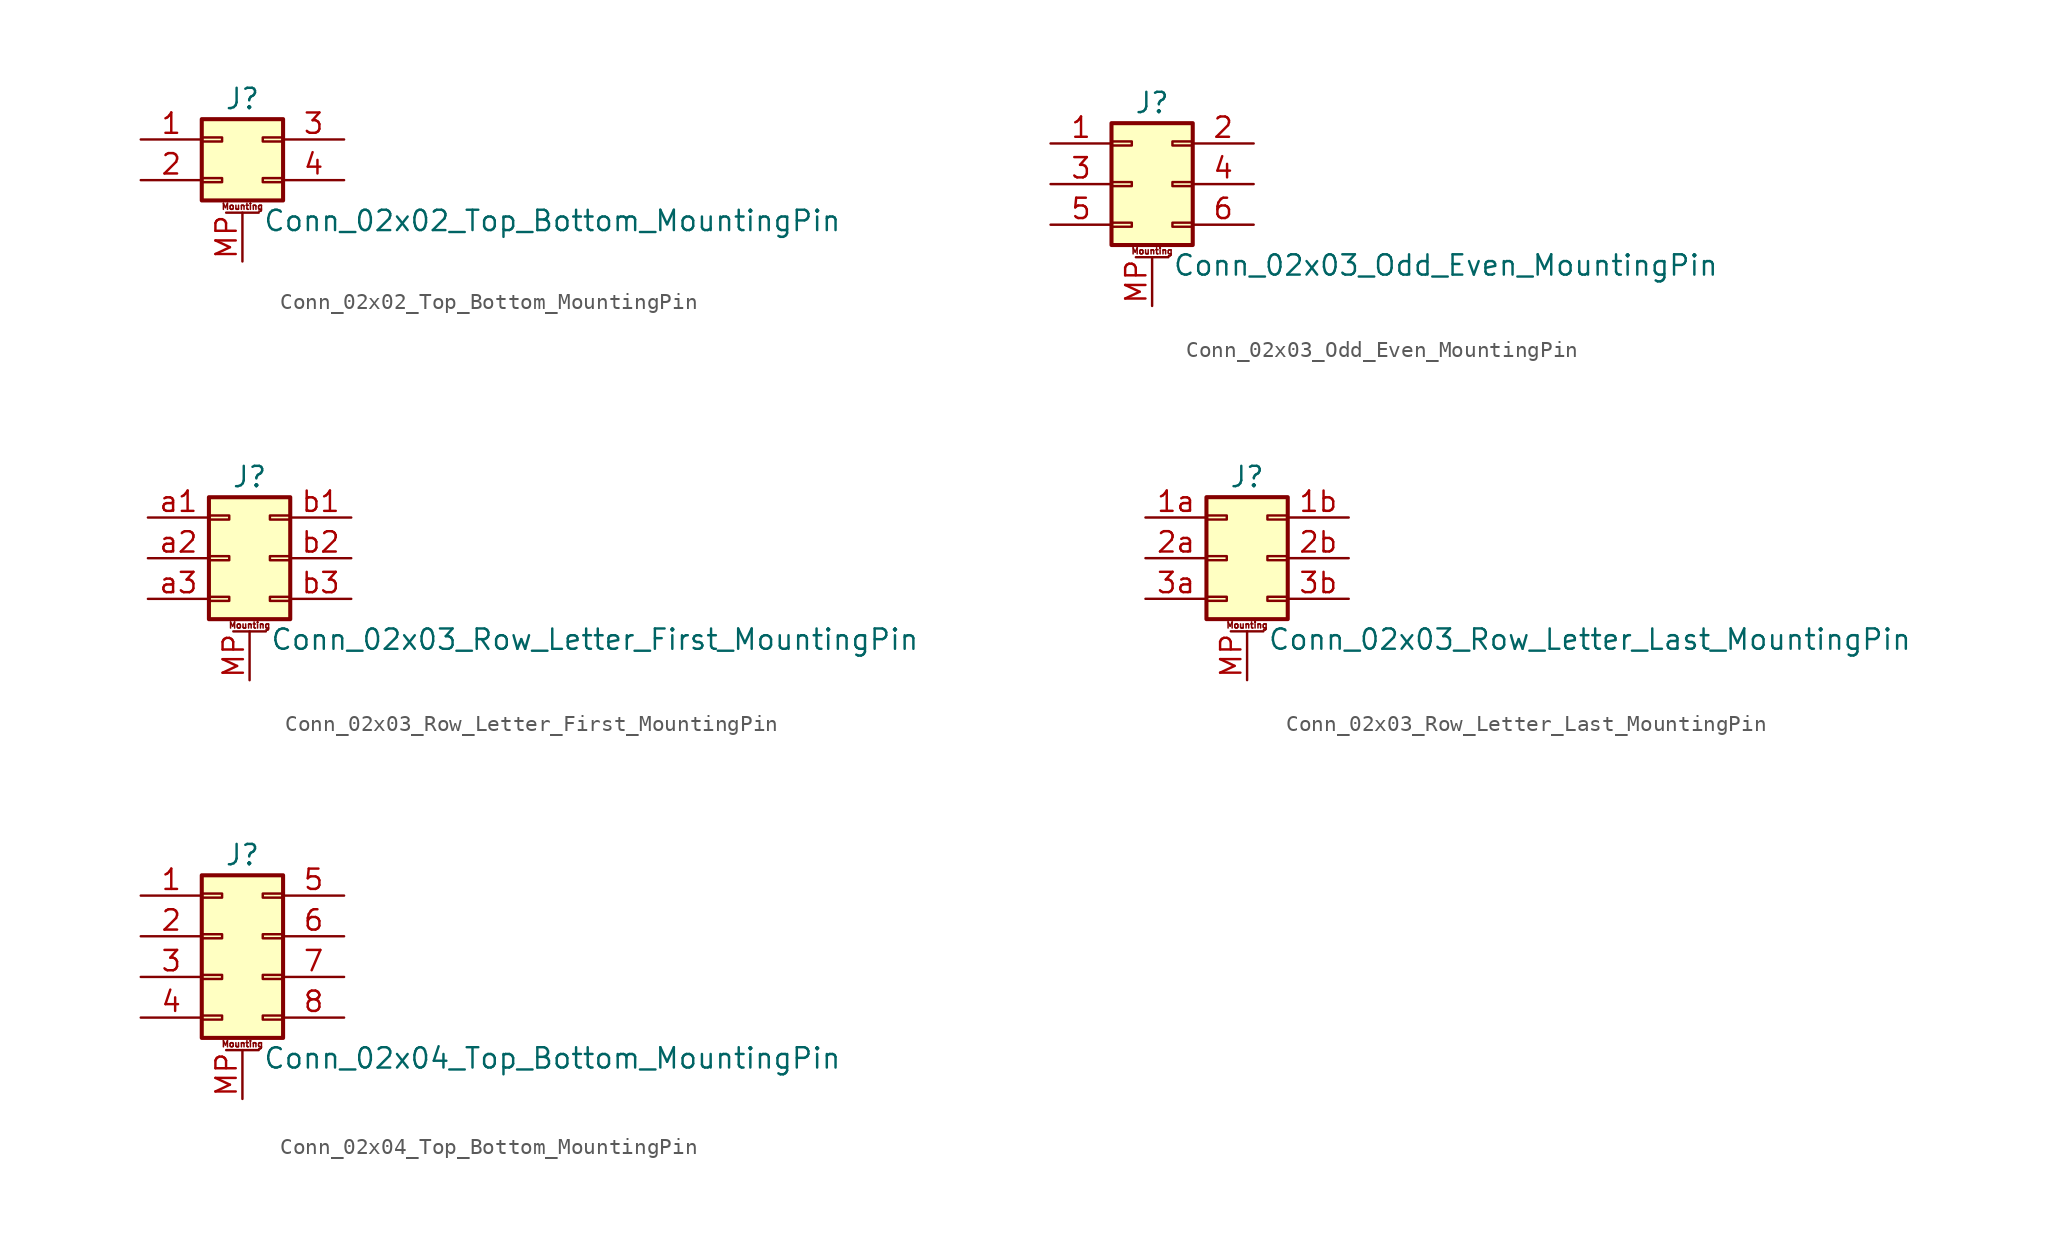
<source format=kicad_sym>
(kicad_symbol_lib
  (version 20220914)
  (generator kicad_symbol_editor)
  (symbol "Conn_02x02_Top_Bottom_MountingPin"
    (pin_names
      (offset 1.016) hide)
    (property "Reference" "J"
      (at 1.27 2.54 0)
      (effects (font (size 1.27 1.27))))
    (property "Value" "Conn_02x02_Top_Bottom_MountingPin"
      (at 2.54 -5.08 0)
      (effects (font (size 1.27 1.27)) (justify left)))
    (symbol "Conn_02x02_Top_Bottom_MountingPin_1_1"
      (rectangle (start -1.27 -2.413) (end 0 -2.667) (stroke (width 0.152) (type default)) (fill (type none)))
      (rectangle (start -1.27 0.127) (end 0 -0.127) (stroke (width 0.152) (type default)) (fill (type none)))
      (rectangle (start -1.27 1.27) (end 3.81 -3.81) (stroke (width 0.254) (type default)) (fill (type background)))
      (polyline (pts (xy 0.254 -4.572) (xy 2.286 -4.572)) (stroke (width 0.152) (type default)) (fill (type none)))
      (rectangle (start 3.81 -2.413) (end 2.54 -2.667) (stroke (width 0.152) (type default)) (fill (type none)))
      (rectangle (start 3.81 0.127) (end 2.54 -0.127) (stroke (width 0.152) (type default)) (fill (type none)))
      (text "Mounting" (at 1.27 -4.191 0) (effects (font (size 0.381 0.381))))
      (pin passive line (at -5.08 0 0) (length 3.81) (name "Pin_1" (effects (font (size 1.27 1.27)))) (number "1" (effects (font (size 1.27 1.27)))))
      (pin passive line (at -5.08 -2.54 0) (length 3.81) (name "Pin_2" (effects (font (size 1.27 1.27)))) (number "2" (effects (font (size 1.27 1.27)))))
      (pin passive line (at 7.62 0 180) (length 3.81) (name "Pin_3" (effects (font (size 1.27 1.27)))) (number "3" (effects (font (size 1.27 1.27)))))
      (pin passive line (at 7.62 -2.54 180) (length 3.81) (name "Pin_4" (effects (font (size 1.27 1.27)))) (number "4" (effects (font (size 1.27 1.27)))))
      (pin passive line (at 1.27 -7.62 90) (length 3.048) (name "MountPin" (effects (font (size 1.27 1.27)))) (number "MP" (effects (font (size 1.27 1.27)))))))
  (symbol "Conn_02x03_Odd_Even_MountingPin"
    (pin_names
      (offset 1.016) hide)
    (property "Reference" "J"
      (at 1.27 5.08 0)
      (effects (font (size 1.27 1.27))))
    (property "Value" "Conn_02x03_Odd_Even_MountingPin"
      (at 2.54 -5.08 0)
      (effects (font (size 1.27 1.27)) (justify left)))
    (symbol "Conn_02x03_Odd_Even_MountingPin_1_1"
      (rectangle (start -1.27 -2.413) (end 0 -2.667) (stroke (width 0.152) (type default)) (fill (type none)))
      (rectangle (start -1.27 0.127) (end 0 -0.127) (stroke (width 0.152) (type default)) (fill (type none)))
      (rectangle (start -1.27 2.667) (end 0 2.413) (stroke (width 0.152) (type default)) (fill (type none)))
      (rectangle (start -1.27 3.81) (end 3.81 -3.81) (stroke (width 0.254) (type default)) (fill (type background)))
      (polyline (pts (xy 0.254 -4.572) (xy 2.286 -4.572)) (stroke (width 0.152) (type default)) (fill (type none)))
      (rectangle (start 3.81 -2.413) (end 2.54 -2.667) (stroke (width 0.152) (type default)) (fill (type none)))
      (rectangle (start 3.81 0.127) (end 2.54 -0.127) (stroke (width 0.152) (type default)) (fill (type none)))
      (rectangle (start 3.81 2.667) (end 2.54 2.413) (stroke (width 0.152) (type default)) (fill (type none)))
      (text "Mounting" (at 1.27 -4.191 0) (effects (font (size 0.381 0.381))))
      (pin passive line (at -5.08 2.54 0) (length 3.81) (name "Pin_1" (effects (font (size 1.27 1.27)))) (number "1" (effects (font (size 1.27 1.27)))))
      (pin passive line (at 7.62 2.54 180) (length 3.81) (name "Pin_2" (effects (font (size 1.27 1.27)))) (number "2" (effects (font (size 1.27 1.27)))))
      (pin passive line (at -5.08 0 0) (length 3.81) (name "Pin_3" (effects (font (size 1.27 1.27)))) (number "3" (effects (font (size 1.27 1.27)))))
      (pin passive line (at 7.62 0 180) (length 3.81) (name "Pin_4" (effects (font (size 1.27 1.27)))) (number "4" (effects (font (size 1.27 1.27)))))
      (pin passive line (at -5.08 -2.54 0) (length 3.81) (name "Pin_5" (effects (font (size 1.27 1.27)))) (number "5" (effects (font (size 1.27 1.27)))))
      (pin passive line (at 7.62 -2.54 180) (length 3.81) (name "Pin_6" (effects (font (size 1.27 1.27)))) (number "6" (effects (font (size 1.27 1.27)))))
      (pin passive line (at 1.27 -7.62 90) (length 3.048) (name "MountPin" (effects (font (size 1.27 1.27)))) (number "MP" (effects (font (size 1.27 1.27)))))))
  (symbol "Conn_02x03_Row_Letter_First_MountingPin"
    (pin_names
      (offset 1.016) hide)
    (property "Reference" "J"
      (at 1.27 5.08 0)
      (effects (font (size 1.27 1.27))))
    (property "Value" "Conn_02x03_Row_Letter_First_MountingPin"
      (at 2.54 -5.08 0)
      (effects (font (size 1.27 1.27)) (justify left)))
    (symbol "Conn_02x03_Row_Letter_First_MountingPin_1_1"
      (rectangle (start -1.27 -2.413) (end 0 -2.667) (stroke (width 0.152) (type default)) (fill (type none)))
      (rectangle (start -1.27 0.127) (end 0 -0.127) (stroke (width 0.152) (type default)) (fill (type none)))
      (rectangle (start -1.27 2.667) (end 0 2.413) (stroke (width 0.152) (type default)) (fill (type none)))
      (rectangle (start -1.27 3.81) (end 3.81 -3.81) (stroke (width 0.254) (type default)) (fill (type background)))
      (polyline (pts (xy 0.254 -4.572) (xy 2.286 -4.572)) (stroke (width 0.152) (type default)) (fill (type none)))
      (rectangle (start 3.81 -2.413) (end 2.54 -2.667) (stroke (width 0.152) (type default)) (fill (type none)))
      (rectangle (start 3.81 0.127) (end 2.54 -0.127) (stroke (width 0.152) (type default)) (fill (type none)))
      (rectangle (start 3.81 2.667) (end 2.54 2.413) (stroke (width 0.152) (type default)) (fill (type none)))
      (text "Mounting" (at 1.27 -4.191 0) (effects (font (size 0.381 0.381))))
      (pin passive line (at 1.27 -7.62 90) (length 3.048) (name "MountPin" (effects (font (size 1.27 1.27)))) (number "MP" (effects (font (size 1.27 1.27)))))
      (pin passive line (at -5.08 2.54 0) (length 3.81) (name "Pin_a1" (effects (font (size 1.27 1.27)))) (number "a1" (effects (font (size 1.27 1.27)))))
      (pin passive line (at -5.08 0 0) (length 3.81) (name "Pin_a2" (effects (font (size 1.27 1.27)))) (number "a2" (effects (font (size 1.27 1.27)))))
      (pin passive line (at -5.08 -2.54 0) (length 3.81) (name "Pin_a3" (effects (font (size 1.27 1.27)))) (number "a3" (effects (font (size 1.27 1.27)))))
      (pin passive line (at 7.62 2.54 180) (length 3.81) (name "Pin_b1" (effects (font (size 1.27 1.27)))) (number "b1" (effects (font (size 1.27 1.27)))))
      (pin passive line (at 7.62 0 180) (length 3.81) (name "Pin_b2" (effects (font (size 1.27 1.27)))) (number "b2" (effects (font (size 1.27 1.27)))))
      (pin passive line (at 7.62 -2.54 180) (length 3.81) (name "Pin_b3" (effects (font (size 1.27 1.27)))) (number "b3" (effects (font (size 1.27 1.27)))))))
  (symbol "Conn_02x03_Row_Letter_Last_MountingPin"
    (pin_names
      (offset 1.016) hide)
    (property "Reference" "J"
      (at 1.27 5.08 0)
      (effects (font (size 1.27 1.27))))
    (property "Value" "Conn_02x03_Row_Letter_Last_MountingPin"
      (at 2.54 -5.08 0)
      (effects (font (size 1.27 1.27)) (justify left)))
    (symbol "Conn_02x03_Row_Letter_Last_MountingPin_1_1"
      (rectangle (start -1.27 -2.413) (end 0 -2.667) (stroke (width 0.152) (type default)) (fill (type none)))
      (rectangle (start -1.27 0.127) (end 0 -0.127) (stroke (width 0.152) (type default)) (fill (type none)))
      (rectangle (start -1.27 2.667) (end 0 2.413) (stroke (width 0.152) (type default)) (fill (type none)))
      (rectangle (start -1.27 3.81) (end 3.81 -3.81) (stroke (width 0.254) (type default)) (fill (type background)))
      (polyline (pts (xy 0.254 -4.572) (xy 2.286 -4.572)) (stroke (width 0.152) (type default)) (fill (type none)))
      (rectangle (start 3.81 -2.413) (end 2.54 -2.667) (stroke (width 0.152) (type default)) (fill (type none)))
      (rectangle (start 3.81 0.127) (end 2.54 -0.127) (stroke (width 0.152) (type default)) (fill (type none)))
      (rectangle (start 3.81 2.667) (end 2.54 2.413) (stroke (width 0.152) (type default)) (fill (type none)))
      (text "Mounting" (at 1.27 -4.191 0) (effects (font (size 0.381 0.381))))
      (pin passive line (at -5.08 2.54 0) (length 3.81) (name "Pin_1a" (effects (font (size 1.27 1.27)))) (number "1a" (effects (font (size 1.27 1.27)))))
      (pin passive line (at 7.62 2.54 180) (length 3.81) (name "Pin_1b" (effects (font (size 1.27 1.27)))) (number "1b" (effects (font (size 1.27 1.27)))))
      (pin passive line (at -5.08 0 0) (length 3.81) (name "Pin_2a" (effects (font (size 1.27 1.27)))) (number "2a" (effects (font (size 1.27 1.27)))))
      (pin passive line (at 7.62 0 180) (length 3.81) (name "Pin_2b" (effects (font (size 1.27 1.27)))) (number "2b" (effects (font (size 1.27 1.27)))))
      (pin passive line (at -5.08 -2.54 0) (length 3.81) (name "Pin_3a" (effects (font (size 1.27 1.27)))) (number "3a" (effects (font (size 1.27 1.27)))))
      (pin passive line (at 7.62 -2.54 180) (length 3.81) (name "Pin_3b" (effects (font (size 1.27 1.27)))) (number "3b" (effects (font (size 1.27 1.27)))))
      (pin passive line (at 1.27 -7.62 90) (length 3.048) (name "MountPin" (effects (font (size 1.27 1.27)))) (number "MP" (effects (font (size 1.27 1.27)))))))
  (symbol "Conn_02x04_Top_Bottom_MountingPin"
    (pin_names
      (offset 1.016) hide)
    (property "Reference" "J"
      (at 1.27 5.08 0)
      (effects (font (size 1.27 1.27))))
    (property "Value" "Conn_02x04_Top_Bottom_MountingPin"
      (at 2.54 -7.62 0)
      (effects (font (size 1.27 1.27)) (justify left)))
    (symbol "Conn_02x04_Top_Bottom_MountingPin_1_1"
      (rectangle (start -1.27 -4.953) (end 0 -5.207) (stroke (width 0.152) (type default)) (fill (type none)))
      (rectangle (start -1.27 -2.413) (end 0 -2.667) (stroke (width 0.152) (type default)) (fill (type none)))
      (rectangle (start -1.27 0.127) (end 0 -0.127) (stroke (width 0.152) (type default)) (fill (type none)))
      (rectangle (start -1.27 2.667) (end 0 2.413) (stroke (width 0.152) (type default)) (fill (type none)))
      (rectangle (start -1.27 3.81) (end 3.81 -6.35) (stroke (width 0.254) (type default)) (fill (type background)))
      (polyline (pts (xy 0.254 -7.112) (xy 2.286 -7.112)) (stroke (width 0.152) (type default)) (fill (type none)))
      (rectangle (start 3.81 -4.953) (end 2.54 -5.207) (stroke (width 0.152) (type default)) (fill (type none)))
      (rectangle (start 3.81 -2.413) (end 2.54 -2.667) (stroke (width 0.152) (type default)) (fill (type none)))
      (rectangle (start 3.81 0.127) (end 2.54 -0.127) (stroke (width 0.152) (type default)) (fill (type none)))
      (rectangle (start 3.81 2.667) (end 2.54 2.413) (stroke (width 0.152) (type default)) (fill (type none)))
      (text "Mounting" (at 1.27 -6.731 0) (effects (font (size 0.381 0.381))))
      (pin passive line (at -5.08 2.54 0) (length 3.81) (name "Pin_1" (effects (font (size 1.27 1.27)))) (number "1" (effects (font (size 1.27 1.27)))))
      (pin passive line (at -5.08 0 0) (length 3.81) (name "Pin_2" (effects (font (size 1.27 1.27)))) (number "2" (effects (font (size 1.27 1.27)))))
      (pin passive line (at -5.08 -2.54 0) (length 3.81) (name "Pin_3" (effects (font (size 1.27 1.27)))) (number "3" (effects (font (size 1.27 1.27)))))
      (pin passive line (at -5.08 -5.08 0) (length 3.81) (name "Pin_4" (effects (font (size 1.27 1.27)))) (number "4" (effects (font (size 1.27 1.27)))))
      (pin passive line (at 7.62 2.54 180) (length 3.81) (name "Pin_5" (effects (font (size 1.27 1.27)))) (number "5" (effects (font (size 1.27 1.27)))))
      (pin passive line (at 7.62 0 180) (length 3.81) (name "Pin_6" (effects (font (size 1.27 1.27)))) (number "6" (effects (font (size 1.27 1.27)))))
      (pin passive line (at 7.62 -2.54 180) (length 3.81) (name "Pin_7" (effects (font (size 1.27 1.27)))) (number "7" (effects (font (size 1.27 1.27)))))
      (pin passive line (at 7.62 -5.08 180) (length 3.81) (name "Pin_8" (effects (font (size 1.27 1.27)))) (number "8" (effects (font (size 1.27 1.27)))))
      (pin passive line (at 1.27 -10.16 90) (length 3.048) (name "MountPin" (effects (font (size 1.27 1.27)))) (number "MP" (effects (font (size 1.27 1.27))))))))
</source>
